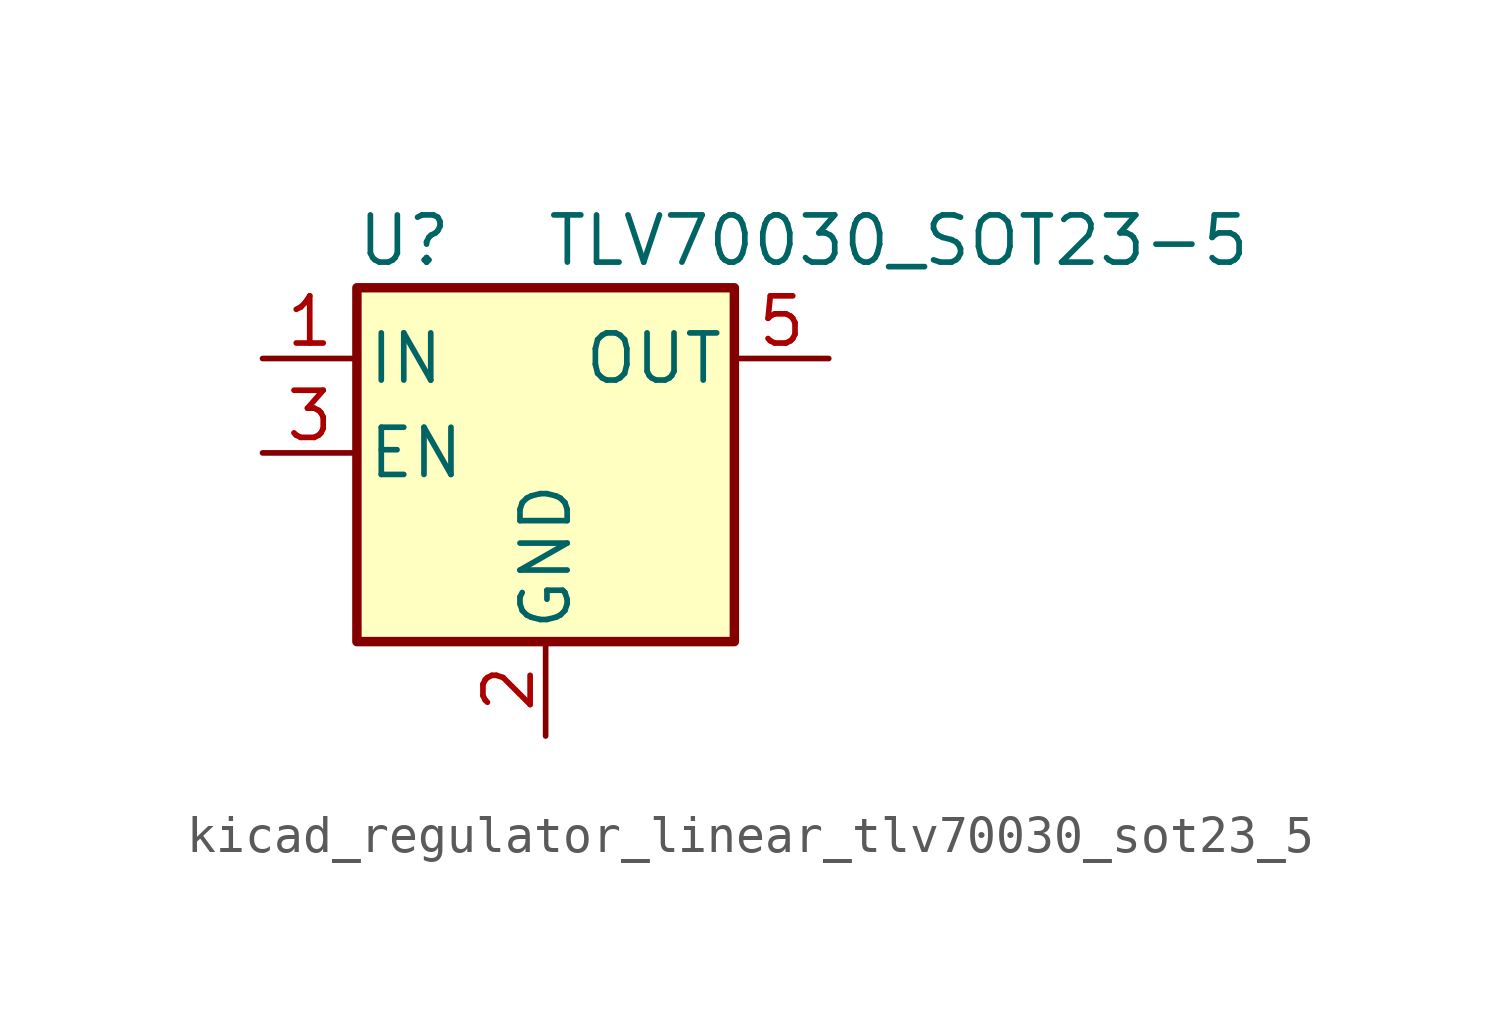
<source format=kicad_sym>
(kicad_symbol_lib
  (version 20220914)
  (generator kicad_symbol_editor)
  (symbol "kicad_regulator_linear_tlv70030_sot23_5"
    (pin_names
      (offset 0.254))
    (property "Reference" "U"
      (at -3.81 5.715 0)
      (effects (font (size 1.27 1.27))))
    (property "Value" "TLV70030_SOT23-5"
      (at 0 5.715 0)
      (effects (font (size 1.27 1.27)) (justify left)))
    (symbol "kicad_regulator_linear_tlv70030_sot23_5_0_1"
      (rectangle (start -5.08 4.445) (end 5.08 -5.08) (stroke (width 0.254) (type default)) (fill (type background))))
    (symbol "kicad_regulator_linear_tlv70030_sot23_5_1_1"
      (pin power_in line (at -7.62 2.54 0) (length 2.54) (name "IN" (effects (font (size 1.27 1.27)))) (number "1" (effects (font (size 1.27 1.27)))))
      (pin power_in line (at 0 -7.62 90) (length 2.54) (name "GND" (effects (font (size 1.27 1.27)))) (number "2" (effects (font (size 1.27 1.27)))))
      (pin input line (at -7.62 0 0) (length 2.54) (name "EN" (effects (font (size 1.27 1.27)))) (number "3" (effects (font (size 1.27 1.27)))))
      (pin no_connect line (at 5.08 0 180) (length 2.54) hide (name "NC" (effects (font (size 1.27 1.27)))) (number "4" (effects (font (size 1.27 1.27)))))
      (pin power_out line (at 7.62 2.54 180) (length 2.54) (name "OUT" (effects (font (size 1.27 1.27)))) (number "5" (effects (font (size 1.27 1.27))))))))
</source>
